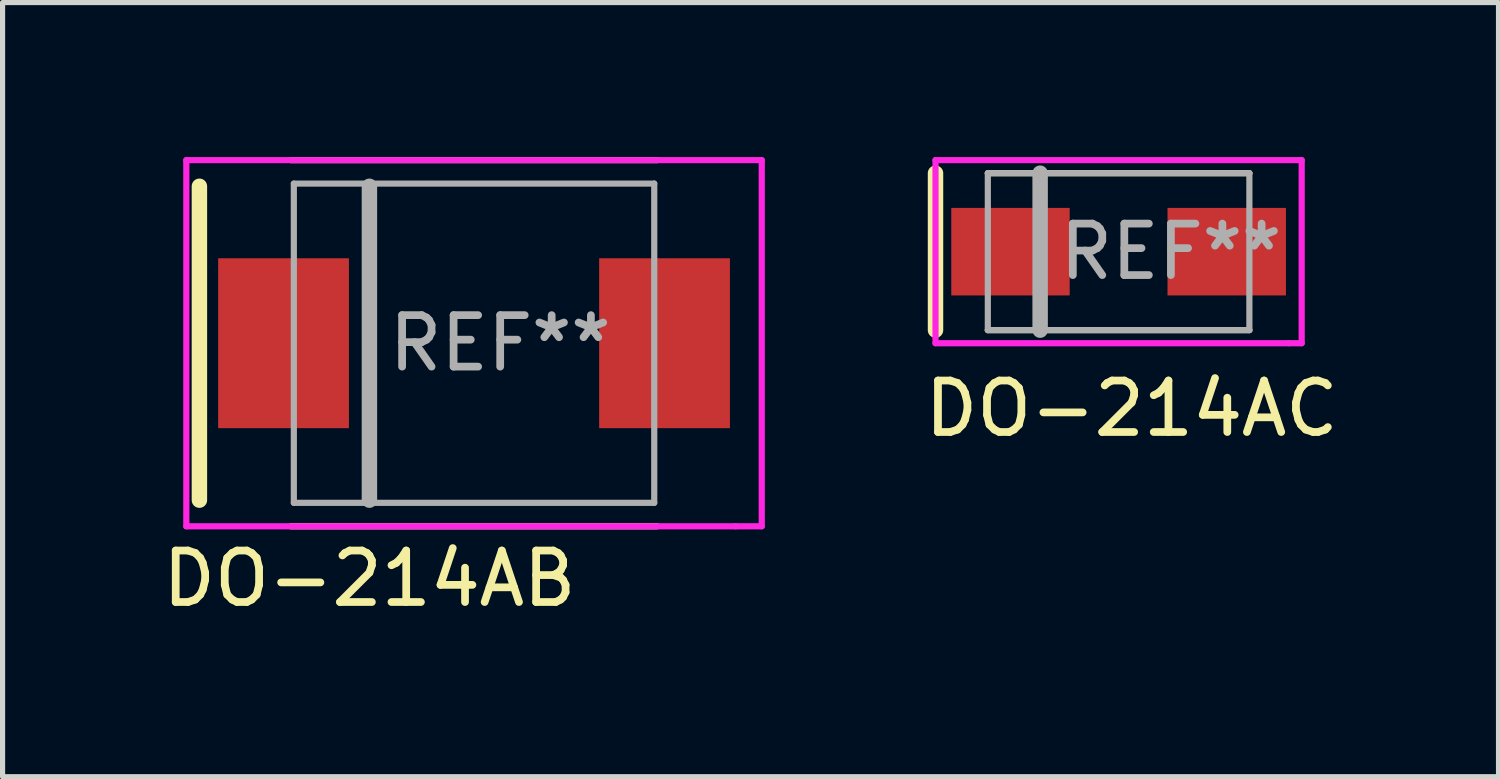
<source format=kicad_pcb>
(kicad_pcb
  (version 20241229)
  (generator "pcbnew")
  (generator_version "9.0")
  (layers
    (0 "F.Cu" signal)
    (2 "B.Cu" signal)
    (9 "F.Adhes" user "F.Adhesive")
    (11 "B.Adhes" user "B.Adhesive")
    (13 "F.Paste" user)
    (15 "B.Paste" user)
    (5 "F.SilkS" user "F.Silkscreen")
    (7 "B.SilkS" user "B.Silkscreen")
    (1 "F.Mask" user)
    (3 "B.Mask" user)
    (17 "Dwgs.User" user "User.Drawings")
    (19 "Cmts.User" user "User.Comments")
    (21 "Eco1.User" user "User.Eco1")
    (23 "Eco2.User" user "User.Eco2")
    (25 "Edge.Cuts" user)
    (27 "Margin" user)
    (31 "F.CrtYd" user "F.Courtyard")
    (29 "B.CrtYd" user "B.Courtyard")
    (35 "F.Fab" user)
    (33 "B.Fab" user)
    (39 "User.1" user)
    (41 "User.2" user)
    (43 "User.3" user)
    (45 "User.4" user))
  (footprint "DO-214AB"
    (layer "F.Cu")
    (at 6.157 3.616)
    (property "Reference" "DO-214AB" (at -2.032 4.572 0) (layer "F.SilkS") (effects (font (size 1 1) (thickness 0.15))))
    (attr smd)
    (fp_line (start -5.334 -3.048) (end -5.334 3.048) (stroke (width 0.3) (type solid)) (layer "F.SilkS"))
    (fp_line (start 3.556 -3.556) (end -3.556 -3.556) (stroke (width 0.12) (type solid)) (layer "F.SilkS"))
    (fp_line (start 3.556 3.556) (end -3.556 3.556) (stroke (width 0.12) (type solid)) (layer "F.SilkS"))
    (fp_line (start -5.588 -3.556) (end -5.588 3.556) (stroke (width 0.12) (type solid)) (layer "F.CrtYd"))
    (fp_line (start -5.588 3.556) (end 5.08 3.556) (stroke (width 0.12) (type solid)) (layer "F.CrtYd"))
    (fp_line (start 5.08 3.556) (end 5.588 3.556) (stroke (width 0.12) (type solid)) (layer "F.CrtYd"))
    (fp_line (start 5.588 -3.556) (end -5.588 -3.556) (stroke (width 0.12) (type solid)) (layer "F.CrtYd"))
    (fp_line (start 5.588 3.556) (end 5.588 -3.556) (stroke (width 0.12) (type solid)) (layer "F.CrtYd"))
    (fp_line (start -3.5 -3.1) (end -3.5 3.1) (stroke (width 0.12) (type solid)) (layer "F.Fab"))
    (fp_line (start -3.5 -3.1) (end 3.5 -3.1) (stroke (width 0.12) (type solid)) (layer "F.Fab"))
    (fp_line (start -3.5 3.1) (end 3.5 3.1) (stroke (width 0.12) (type solid)) (layer "F.Fab"))
    (fp_line (start -2.032 -3.048) (end -2.032 3.048) (stroke (width 0.3) (type solid)) (layer "F.Fab"))
    (fp_line (start 3.5 -3.1) (end 3.5 3.1) (stroke (width 0.12) (type solid)) (layer "F.Fab"))
    (fp_text user "REF**" (at 0.508 0 0) (layer "F.Fab") (effects (font (size 1 1) (thickness 0.15))))
    (pad "A" smd rect (at 3.7 0) (size 2.54 3.3) (layers "F.Cu" "F.Mask" "F.Paste"))
    (pad "K" smd rect (at -3.7 0) (size 2.54 3.3) (layers "F.Cu" "F.Mask" "F.Paste")))
  (footprint "DO-214AC"
    (layer "F.Cu")
    (at 18.676 1.838)
    (property "Reference" "DO-214AC" (at 0.254 3.048 0) (layer "F.SilkS") (effects (font (size 1 1) (thickness 0.15))))
    (attr smd)
    (fp_line (start -3.556 -1.524) (end -3.556 1.524) (stroke (width 0.3) (type solid)) (layer "F.SilkS"))
    (fp_line (start -2.54 -1.524) (end 2.54 -1.524) (stroke (width 0.12) (type solid)) (layer "F.SilkS"))
    (fp_line (start -2.54 1.524) (end 2.54 1.524) (stroke (width 0.12) (type solid)) (layer "F.SilkS"))
    (fp_line (start -3.556 -1.778) (end -3.556 1.778) (stroke (width 0.12) (type solid)) (layer "F.CrtYd"))
    (fp_line (start -3.556 1.778) (end 3.302 1.778) (stroke (width 0.12) (type solid)) (layer "F.CrtYd"))
    (fp_line (start 3.302 1.778) (end 3.556 1.778) (stroke (width 0.12) (type solid)) (layer "F.CrtYd"))
    (fp_line (start 3.556 -1.778) (end -3.556 -1.778) (stroke (width 0.12) (type solid)) (layer "F.CrtYd"))
    (fp_line (start 3.556 1.778) (end 3.556 -1.778) (stroke (width 0.12) (type solid)) (layer "F.CrtYd"))
    (fp_line (start -2.54 -1.524) (end -2.54 1.524) (stroke (width 0.12) (type solid)) (layer "F.Fab"))
    (fp_line (start -2.54 1.524) (end 2.54 1.524) (stroke (width 0.12) (type solid)) (layer "F.Fab"))
    (fp_line (start -1.524 -1.524) (end -1.524 1.524) (stroke (width 0.3) (type solid)) (layer "F.Fab"))
    (fp_line (start 2.54 -1.524) (end -2.54 -1.524) (stroke (width 0.12) (type solid)) (layer "F.Fab"))
    (fp_line (start 2.54 1.524) (end 2.54 -1.524) (stroke (width 0.12) (type solid)) (layer "F.Fab"))
    (fp_text user "REF**" (at 1.016 0 0) (layer "F.Fab") (effects (font (size 1 1) (thickness 0.15))))
    (pad "A" smd rect (at 2.1 0) (size 2.3 1.7) (layers "F.Cu" "F.Mask" "F.Paste"))
    (pad "K" smd rect (at -2.1 0) (size 2.3 1.7) (layers "F.Cu" "F.Mask" "F.Paste")))
  (gr_rect
    (start -3 -3)
    (end 26.055 12.036)
    (stroke (width 0.1) (type default))
    (fill no)
    (layer "Edge.Cuts")))
</source>
